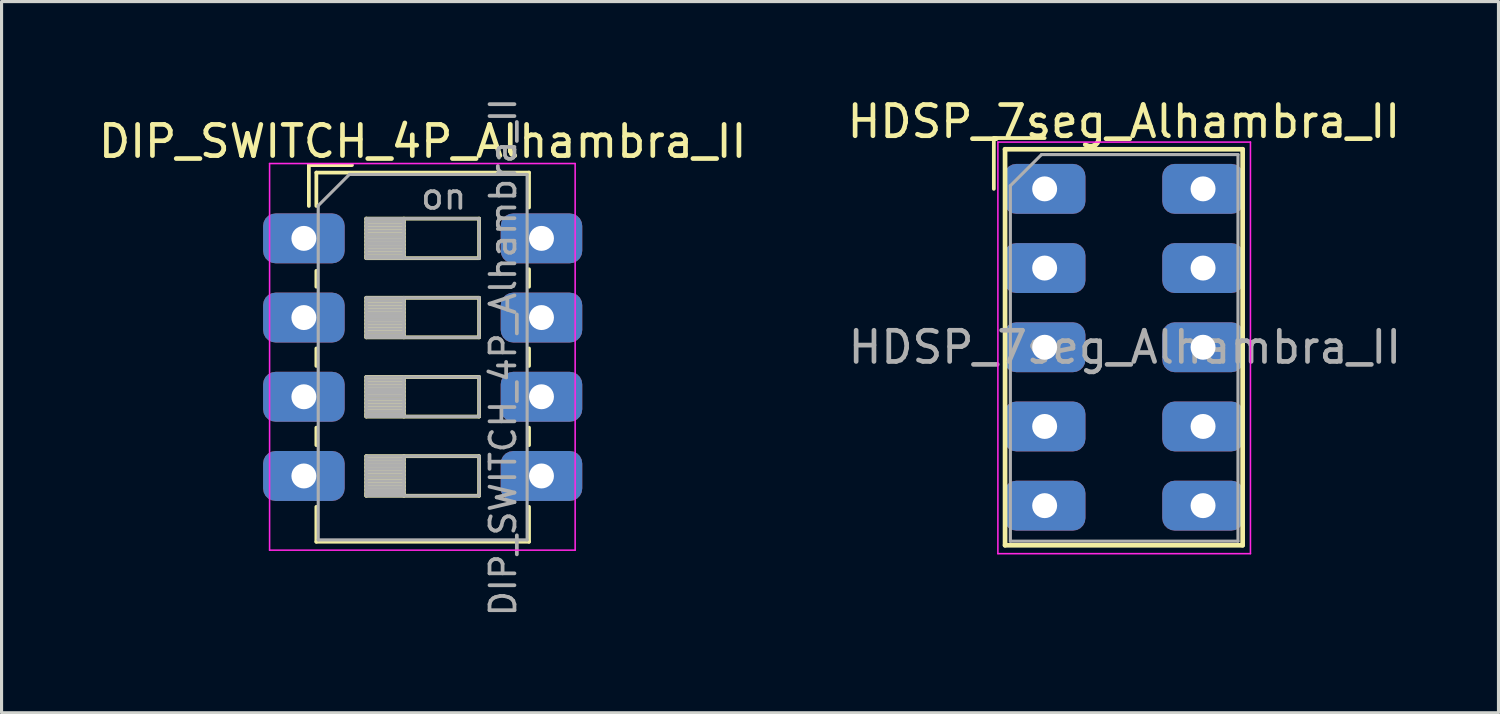
<source format=kicad_pcb>
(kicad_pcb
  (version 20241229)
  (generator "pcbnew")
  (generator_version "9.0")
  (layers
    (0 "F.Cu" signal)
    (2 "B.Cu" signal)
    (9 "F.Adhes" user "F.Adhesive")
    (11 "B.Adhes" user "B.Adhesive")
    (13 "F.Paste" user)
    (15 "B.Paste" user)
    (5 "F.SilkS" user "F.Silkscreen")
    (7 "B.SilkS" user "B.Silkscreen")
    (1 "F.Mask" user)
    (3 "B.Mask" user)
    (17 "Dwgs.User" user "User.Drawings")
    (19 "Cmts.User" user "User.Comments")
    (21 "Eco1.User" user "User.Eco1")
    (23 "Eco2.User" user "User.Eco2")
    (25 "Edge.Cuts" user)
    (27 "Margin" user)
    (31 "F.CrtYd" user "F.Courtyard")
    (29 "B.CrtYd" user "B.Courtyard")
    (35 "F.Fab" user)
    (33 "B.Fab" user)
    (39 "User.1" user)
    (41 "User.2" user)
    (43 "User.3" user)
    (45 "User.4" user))
  (footprint "DIP_SWITCH_4P_Alhambra_II"
    (layer "F.Cu")
    (at 6.696 4.595)
    (property "Reference" "DIP_SWITCH_4P_Alhambra_II" (at 3.81 -3.11 0) (layer "F.SilkS") (effects (font (size 1 1) (thickness 0.15))))
    (attr through_hole)
    (fp_line (start 0.16 -2.35) (end 0.16 -1.04) (stroke (width 0.12) (type solid)) (layer "F.SilkS"))
    (fp_line (start 0.16 -2.35) (end 1.543 -2.35) (stroke (width 0.12) (type solid)) (layer "F.SilkS"))
    (fp_line (start 0.4 -2.11) (end 0.4 -1.04) (stroke (width 0.12) (type solid)) (layer "F.SilkS"))
    (fp_line (start 0.4 -2.11) (end 7.221 -2.11) (stroke (width 0.12) (type solid)) (layer "F.SilkS"))
    (fp_line (start 0.4 1.04) (end 0.4 1.551) (stroke (width 0.12) (type solid)) (layer "F.SilkS"))
    (fp_line (start 0.4 3.53) (end 0.4 4.091) (stroke (width 0.12) (type solid)) (layer "F.SilkS"))
    (fp_line (start 0.4 6.07) (end 0.4 6.631) (stroke (width 0.12) (type solid)) (layer "F.SilkS"))
    (fp_line (start 0.4 8.61) (end 0.4 9.73) (stroke (width 0.12) (type solid)) (layer "F.SilkS"))
    (fp_line (start 0.4 9.73) (end 7.221 9.73) (stroke (width 0.12) (type solid)) (layer "F.SilkS"))
    (fp_line (start 2 -0.635) (end 2 0.635) (stroke (width 0.12) (type solid)) (layer "F.SilkS"))
    (fp_line (start 2 -0.515) (end 3.207 -0.515) (stroke (width 0.12) (type solid)) (layer "F.SilkS"))
    (fp_line (start 2 -0.395) (end 3.207 -0.395) (stroke (width 0.12) (type solid)) (layer "F.SilkS"))
    (fp_line (start 2 -0.275) (end 3.207 -0.275) (stroke (width 0.12) (type solid)) (layer "F.SilkS"))
    (fp_line (start 2 -0.155) (end 3.207 -0.155) (stroke (width 0.12) (type solid)) (layer "F.SilkS"))
    (fp_line (start 2 -0.035) (end 3.207 -0.035) (stroke (width 0.12) (type solid)) (layer "F.SilkS"))
    (fp_line (start 2 0.085) (end 3.207 0.085) (stroke (width 0.12) (type solid)) (layer "F.SilkS"))
    (fp_line (start 2 0.205) (end 3.207 0.205) (stroke (width 0.12) (type solid)) (layer "F.SilkS"))
    (fp_line (start 2 0.325) (end 3.207 0.325) (stroke (width 0.12) (type solid)) (layer "F.SilkS"))
    (fp_line (start 2 0.445) (end 3.207 0.445) (stroke (width 0.12) (type solid)) (layer "F.SilkS"))
    (fp_line (start 2 0.565) (end 3.207 0.565) (stroke (width 0.12) (type solid)) (layer "F.SilkS"))
    (fp_line (start 2 0.635) (end 5.62 0.635) (stroke (width 0.12) (type solid)) (layer "F.SilkS"))
    (fp_line (start 2 1.905) (end 2 3.175) (stroke (width 0.12) (type solid)) (layer "F.SilkS"))
    (fp_line (start 2 2.025) (end 3.207 2.025) (stroke (width 0.12) (type solid)) (layer "F.SilkS"))
    (fp_line (start 2 2.145) (end 3.207 2.145) (stroke (width 0.12) (type solid)) (layer "F.SilkS"))
    (fp_line (start 2 2.265) (end 3.207 2.265) (stroke (width 0.12) (type solid)) (layer "F.SilkS"))
    (fp_line (start 2 2.385) (end 3.207 2.385) (stroke (width 0.12) (type solid)) (layer "F.SilkS"))
    (fp_line (start 2 2.505) (end 3.207 2.505) (stroke (width 0.12) (type solid)) (layer "F.SilkS"))
    (fp_line (start 2 2.625) (end 3.207 2.625) (stroke (width 0.12) (type solid)) (layer "F.SilkS"))
    (fp_line (start 2 2.745) (end 3.207 2.745) (stroke (width 0.12) (type solid)) (layer "F.SilkS"))
    (fp_line (start 2 2.865) (end 3.207 2.865) (stroke (width 0.12) (type solid)) (layer "F.SilkS"))
    (fp_line (start 2 2.985) (end 3.207 2.985) (stroke (width 0.12) (type solid)) (layer "F.SilkS"))
    (fp_line (start 2 3.105) (end 3.207 3.105) (stroke (width 0.12) (type solid)) (layer "F.SilkS"))
    (fp_line (start 2 3.175) (end 5.62 3.175) (stroke (width 0.12) (type solid)) (layer "F.SilkS"))
    (fp_line (start 2 4.445) (end 2 5.715) (stroke (width 0.12) (type solid)) (layer "F.SilkS"))
    (fp_line (start 2 4.565) (end 3.207 4.565) (stroke (width 0.12) (type solid)) (layer "F.SilkS"))
    (fp_line (start 2 4.685) (end 3.207 4.685) (stroke (width 0.12) (type solid)) (layer "F.SilkS"))
    (fp_line (start 2 4.805) (end 3.207 4.805) (stroke (width 0.12) (type solid)) (layer "F.SilkS"))
    (fp_line (start 2 4.925) (end 3.207 4.925) (stroke (width 0.12) (type solid)) (layer "F.SilkS"))
    (fp_line (start 2 5.045) (end 3.207 5.045) (stroke (width 0.12) (type solid)) (layer "F.SilkS"))
    (fp_line (start 2 5.165) (end 3.207 5.165) (stroke (width 0.12) (type solid)) (layer "F.SilkS"))
    (fp_line (start 2 5.285) (end 3.207 5.285) (stroke (width 0.12) (type solid)) (layer "F.SilkS"))
    (fp_line (start 2 5.405) (end 3.207 5.405) (stroke (width 0.12) (type solid)) (layer "F.SilkS"))
    (fp_line (start 2 5.525) (end 3.207 5.525) (stroke (width 0.12) (type solid)) (layer "F.SilkS"))
    (fp_line (start 2 5.645) (end 3.207 5.645) (stroke (width 0.12) (type solid)) (layer "F.SilkS"))
    (fp_line (start 2 5.715) (end 5.62 5.715) (stroke (width 0.12) (type solid)) (layer "F.SilkS"))
    (fp_line (start 2 6.985) (end 2 8.255) (stroke (width 0.12) (type solid)) (layer "F.SilkS"))
    (fp_line (start 2 7.105) (end 3.207 7.105) (stroke (width 0.12) (type solid)) (layer "F.SilkS"))
    (fp_line (start 2 7.225) (end 3.207 7.225) (stroke (width 0.12) (type solid)) (layer "F.SilkS"))
    (fp_line (start 2 7.345) (end 3.207 7.345) (stroke (width 0.12) (type solid)) (layer "F.SilkS"))
    (fp_line (start 2 7.465) (end 3.207 7.465) (stroke (width 0.12) (type solid)) (layer "F.SilkS"))
    (fp_line (start 2 7.585) (end 3.207 7.585) (stroke (width 0.12) (type solid)) (layer "F.SilkS"))
    (fp_line (start 2 7.705) (end 3.207 7.705) (stroke (width 0.12) (type solid)) (layer "F.SilkS"))
    (fp_line (start 2 7.825) (end 3.207 7.825) (stroke (width 0.12) (type solid)) (layer "F.SilkS"))
    (fp_line (start 2 7.945) (end 3.207 7.945) (stroke (width 0.12) (type solid)) (layer "F.SilkS"))
    (fp_line (start 2 8.065) (end 3.207 8.065) (stroke (width 0.12) (type solid)) (layer "F.SilkS"))
    (fp_line (start 2 8.185) (end 3.207 8.185) (stroke (width 0.12) (type solid)) (layer "F.SilkS"))
    (fp_line (start 2 8.255) (end 5.62 8.255) (stroke (width 0.12) (type solid)) (layer "F.SilkS"))
    (fp_line (start 3.207 -0.635) (end 3.207 0.635) (stroke (width 0.12) (type solid)) (layer "F.SilkS"))
    (fp_line (start 3.207 1.905) (end 3.207 3.175) (stroke (width 0.12) (type solid)) (layer "F.SilkS"))
    (fp_line (start 3.207 4.445) (end 3.207 5.715) (stroke (width 0.12) (type solid)) (layer "F.SilkS"))
    (fp_line (start 3.207 6.985) (end 3.207 8.255) (stroke (width 0.12) (type solid)) (layer "F.SilkS"))
    (fp_line (start 5.62 -0.635) (end 2 -0.635) (stroke (width 0.12) (type solid)) (layer "F.SilkS"))
    (fp_line (start 5.62 0.635) (end 5.62 -0.635) (stroke (width 0.12) (type solid)) (layer "F.SilkS"))
    (fp_line (start 5.62 1.905) (end 2 1.905) (stroke (width 0.12) (type solid)) (layer "F.SilkS"))
    (fp_line (start 5.62 3.175) (end 5.62 1.905) (stroke (width 0.12) (type solid)) (layer "F.SilkS"))
    (fp_line (start 5.62 4.445) (end 2 4.445) (stroke (width 0.12) (type solid)) (layer "F.SilkS"))
    (fp_line (start 5.62 5.715) (end 5.62 4.445) (stroke (width 0.12) (type solid)) (layer "F.SilkS"))
    (fp_line (start 5.62 6.985) (end 2 6.985) (stroke (width 0.12) (type solid)) (layer "F.SilkS"))
    (fp_line (start 5.62 8.255) (end 5.62 6.985) (stroke (width 0.12) (type solid)) (layer "F.SilkS"))
    (fp_line (start 7.221 -2.11) (end 7.221 -0.99) (stroke (width 0.12) (type solid)) (layer "F.SilkS"))
    (fp_line (start 7.221 0.99) (end 7.221 1.551) (stroke (width 0.12) (type solid)) (layer "F.SilkS"))
    (fp_line (start 7.221 3.53) (end 7.221 4.091) (stroke (width 0.12) (type solid)) (layer "F.SilkS"))
    (fp_line (start 7.221 6.07) (end 7.221 6.631) (stroke (width 0.12) (type solid)) (layer "F.SilkS"))
    (fp_line (start 7.221 8.61) (end 7.221 9.73) (stroke (width 0.12) (type solid)) (layer "F.SilkS"))
    (fp_line (start -1.1 -2.4) (end -1.1 10) (stroke (width 0.05) (type solid)) (layer "F.CrtYd"))
    (fp_line (start -1.1 10) (end 8.7 10) (stroke (width 0.05) (type solid)) (layer "F.CrtYd"))
    (fp_line (start 8.7 -2.4) (end -1.1 -2.4) (stroke (width 0.05) (type solid)) (layer "F.CrtYd"))
    (fp_line (start 8.7 10) (end 8.7 -2.4) (stroke (width 0.05) (type solid)) (layer "F.CrtYd"))
    (fp_line (start 0.46 -1.05) (end 1.46 -2.05) (stroke (width 0.1) (type solid)) (layer "F.Fab"))
    (fp_line (start 0.46 9.67) (end 0.46 -1.05) (stroke (width 0.1) (type solid)) (layer "F.Fab"))
    (fp_line (start 1.46 -2.05) (end 7.16 -2.05) (stroke (width 0.1) (type solid)) (layer "F.Fab"))
    (fp_line (start 2 -0.635) (end 2 0.635) (stroke (width 0.1) (type solid)) (layer "F.Fab"))
    (fp_line (start 2 -0.535) (end 3.207 -0.535) (stroke (width 0.1) (type solid)) (layer "F.Fab"))
    (fp_line (start 2 -0.435) (end 3.207 -0.435) (stroke (width 0.1) (type solid)) (layer "F.Fab"))
    (fp_line (start 2 -0.335) (end 3.207 -0.335) (stroke (width 0.1) (type solid)) (layer "F.Fab"))
    (fp_line (start 2 -0.235) (end 3.207 -0.235) (stroke (width 0.1) (type solid)) (layer "F.Fab"))
    (fp_line (start 2 -0.135) (end 3.207 -0.135) (stroke (width 0.1) (type solid)) (layer "F.Fab"))
    (fp_line (start 2 -0.035) (end 3.207 -0.035) (stroke (width 0.1) (type solid)) (layer "F.Fab"))
    (fp_line (start 2 0.065) (end 3.207 0.065) (stroke (width 0.1) (type solid)) (layer "F.Fab"))
    (fp_line (start 2 0.165) (end 3.207 0.165) (stroke (width 0.1) (type solid)) (layer "F.Fab"))
    (fp_line (start 2 0.265) (end 3.207 0.265) (stroke (width 0.1) (type solid)) (layer "F.Fab"))
    (fp_line (start 2 0.365) (end 3.207 0.365) (stroke (width 0.1) (type solid)) (layer "F.Fab"))
    (fp_line (start 2 0.465) (end 3.207 0.465) (stroke (width 0.1) (type solid)) (layer "F.Fab"))
    (fp_line (start 2 0.565) (end 3.207 0.565) (stroke (width 0.1) (type solid)) (layer "F.Fab"))
    (fp_line (start 2 0.635) (end 5.62 0.635) (stroke (width 0.1) (type solid)) (layer "F.Fab"))
    (fp_line (start 2 1.905) (end 2 3.175) (stroke (width 0.1) (type solid)) (layer "F.Fab"))
    (fp_line (start 2 2.005) (end 3.207 2.005) (stroke (width 0.1) (type solid)) (layer "F.Fab"))
    (fp_line (start 2 2.105) (end 3.207 2.105) (stroke (width 0.1) (type solid)) (layer "F.Fab"))
    (fp_line (start 2 2.205) (end 3.207 2.205) (stroke (width 0.1) (type solid)) (layer "F.Fab"))
    (fp_line (start 2 2.305) (end 3.207 2.305) (stroke (width 0.1) (type solid)) (layer "F.Fab"))
    (fp_line (start 2 2.405) (end 3.207 2.405) (stroke (width 0.1) (type solid)) (layer "F.Fab"))
    (fp_line (start 2 2.505) (end 3.207 2.505) (stroke (width 0.1) (type solid)) (layer "F.Fab"))
    (fp_line (start 2 2.605) (end 3.207 2.605) (stroke (width 0.1) (type solid)) (layer "F.Fab"))
    (fp_line (start 2 2.705) (end 3.207 2.705) (stroke (width 0.1) (type solid)) (layer "F.Fab"))
    (fp_line (start 2 2.805) (end 3.207 2.805) (stroke (width 0.1) (type solid)) (layer "F.Fab"))
    (fp_line (start 2 2.905) (end 3.207 2.905) (stroke (width 0.1) (type solid)) (layer "F.Fab"))
    (fp_line (start 2 3.005) (end 3.207 3.005) (stroke (width 0.1) (type solid)) (layer "F.Fab"))
    (fp_line (start 2 3.105) (end 3.207 3.105) (stroke (width 0.1) (type solid)) (layer "F.Fab"))
    (fp_line (start 2 3.175) (end 5.62 3.175) (stroke (width 0.1) (type solid)) (layer "F.Fab"))
    (fp_line (start 2 4.445) (end 2 5.715) (stroke (width 0.1) (type solid)) (layer "F.Fab"))
    (fp_line (start 2 4.545) (end 3.207 4.545) (stroke (width 0.1) (type solid)) (layer "F.Fab"))
    (fp_line (start 2 4.645) (end 3.207 4.645) (stroke (width 0.1) (type solid)) (layer "F.Fab"))
    (fp_line (start 2 4.745) (end 3.207 4.745) (stroke (width 0.1) (type solid)) (layer "F.Fab"))
    (fp_line (start 2 4.845) (end 3.207 4.845) (stroke (width 0.1) (type solid)) (layer "F.Fab"))
    (fp_line (start 2 4.945) (end 3.207 4.945) (stroke (width 0.1) (type solid)) (layer "F.Fab"))
    (fp_line (start 2 5.045) (end 3.207 5.045) (stroke (width 0.1) (type solid)) (layer "F.Fab"))
    (fp_line (start 2 5.145) (end 3.207 5.145) (stroke (width 0.1) (type solid)) (layer "F.Fab"))
    (fp_line (start 2 5.245) (end 3.207 5.245) (stroke (width 0.1) (type solid)) (layer "F.Fab"))
    (fp_line (start 2 5.345) (end 3.207 5.345) (stroke (width 0.1) (type solid)) (layer "F.Fab"))
    (fp_line (start 2 5.445) (end 3.207 5.445) (stroke (width 0.1) (type solid)) (layer "F.Fab"))
    (fp_line (start 2 5.545) (end 3.207 5.545) (stroke (width 0.1) (type solid)) (layer "F.Fab"))
    (fp_line (start 2 5.645) (end 3.207 5.645) (stroke (width 0.1) (type solid)) (layer "F.Fab"))
    (fp_line (start 2 5.715) (end 5.62 5.715) (stroke (width 0.1) (type solid)) (layer "F.Fab"))
    (fp_line (start 2 6.985) (end 2 8.255) (stroke (width 0.1) (type solid)) (layer "F.Fab"))
    (fp_line (start 2 7.085) (end 3.207 7.085) (stroke (width 0.1) (type solid)) (layer "F.Fab"))
    (fp_line (start 2 7.185) (end 3.207 7.185) (stroke (width 0.1) (type solid)) (layer "F.Fab"))
    (fp_line (start 2 7.285) (end 3.207 7.285) (stroke (width 0.1) (type solid)) (layer "F.Fab"))
    (fp_line (start 2 7.385) (end 3.207 7.385) (stroke (width 0.1) (type solid)) (layer "F.Fab"))
    (fp_line (start 2 7.485) (end 3.207 7.485) (stroke (width 0.1) (type solid)) (layer "F.Fab"))
    (fp_line (start 2 7.585) (end 3.207 7.585) (stroke (width 0.1) (type solid)) (layer "F.Fab"))
    (fp_line (start 2 7.685) (end 3.207 7.685) (stroke (width 0.1) (type solid)) (layer "F.Fab"))
    (fp_line (start 2 7.785) (end 3.207 7.785) (stroke (width 0.1) (type solid)) (layer "F.Fab"))
    (fp_line (start 2 7.885) (end 3.207 7.885) (stroke (width 0.1) (type solid)) (layer "F.Fab"))
    (fp_line (start 2 7.985) (end 3.207 7.985) (stroke (width 0.1) (type solid)) (layer "F.Fab"))
    (fp_line (start 2 8.085) (end 3.207 8.085) (stroke (width 0.1) (type solid)) (layer "F.Fab"))
    (fp_line (start 2 8.185) (end 3.207 8.185) (stroke (width 0.1) (type solid)) (layer "F.Fab"))
    (fp_line (start 2 8.255) (end 5.62 8.255) (stroke (width 0.1) (type solid)) (layer "F.Fab"))
    (fp_line (start 3.207 -0.635) (end 3.207 0.635) (stroke (width 0.1) (type solid)) (layer "F.Fab"))
    (fp_line (start 3.207 1.905) (end 3.207 3.175) (stroke (width 0.1) (type solid)) (layer "F.Fab"))
    (fp_line (start 3.207 4.445) (end 3.207 5.715) (stroke (width 0.1) (type solid)) (layer "F.Fab"))
    (fp_line (start 3.207 6.985) (end 3.207 8.255) (stroke (width 0.1) (type solid)) (layer "F.Fab"))
    (fp_line (start 5.62 -0.635) (end 2 -0.635) (stroke (width 0.1) (type solid)) (layer "F.Fab"))
    (fp_line (start 5.62 0.635) (end 5.62 -0.635) (stroke (width 0.1) (type solid)) (layer "F.Fab"))
    (fp_line (start 5.62 1.905) (end 2 1.905) (stroke (width 0.1) (type solid)) (layer "F.Fab"))
    (fp_line (start 5.62 3.175) (end 5.62 1.905) (stroke (width 0.1) (type solid)) (layer "F.Fab"))
    (fp_line (start 5.62 4.445) (end 2 4.445) (stroke (width 0.1) (type solid)) (layer "F.Fab"))
    (fp_line (start 5.62 5.715) (end 5.62 4.445) (stroke (width 0.1) (type solid)) (layer "F.Fab"))
    (fp_line (start 5.62 6.985) (end 2 6.985) (stroke (width 0.1) (type solid)) (layer "F.Fab"))
    (fp_line (start 5.62 8.255) (end 5.62 6.985) (stroke (width 0.1) (type solid)) (layer "F.Fab"))
    (fp_line (start 7.16 -2.05) (end 7.16 9.67) (stroke (width 0.1) (type solid)) (layer "F.Fab"))
    (fp_line (start 7.16 9.67) (end 0.46 9.67) (stroke (width 0.1) (type solid)) (layer "F.Fab"))
    (fp_text user "on" (at 4.485 -1.343 0) (layer "F.Fab") (effects (font (size 0.8 0.8) (thickness 0.12))))
    (fp_text user "${REFERENCE}" (at 6.39 3.81 90) (layer "F.Fab") (effects (font (size 0.8 0.8) (thickness 0.12))))
    (pad "1" thru_hole roundrect (at 0 0 180) (size 2.616 1.6) (drill 0.8) (layers "*.Cu" "*.Mask") (roundrect_rratio 0.25))
    (pad "2" thru_hole roundrect (at 0 2.54) (size 2.616 1.6) (drill 0.8) (layers "*.Cu" "*.Mask") (roundrect_rratio 0.25))
    (pad "3" thru_hole roundrect (at 0 5.08 180) (size 2.616 1.6) (drill 0.8) (layers "*.Cu" "*.Mask") (roundrect_rratio 0.25))
    (pad "4" thru_hole roundrect (at 0 7.62 180) (size 2.616 1.6) (drill 0.8) (layers "*.Cu" "*.Mask") (roundrect_rratio 0.25))
    (pad "5" thru_hole roundrect (at 7.62 7.62 180) (size 2.616 1.6) (drill 0.8) (layers "*.Cu" "*.Mask") (roundrect_rratio 0.25))
    (pad "6" thru_hole roundrect (at 7.62 5.08 180) (size 2.616 1.6) (drill 0.8) (layers "*.Cu" "*.Mask") (roundrect_rratio 0.25))
    (pad "7" thru_hole roundrect (at 7.62 2.54 180) (size 2.616 1.6) (drill 0.8) (layers "*.Cu" "*.Mask") (roundrect_rratio 0.25))
    (pad "8" thru_hole roundrect (at 7.62 0 180) (size 2.616 1.6) (drill 0.8) (layers "*.Cu" "*.Mask") (roundrect_rratio 0.25)))
  (footprint "HDSP_7seg_Alhambra_II"
    (layer "F.Cu")
    (at 30.454 3.007)
    (property "Reference" "HDSP_7seg_Alhambra_II" (at 2.54 -2.159 0) (layer "F.SilkS") (effects (font (size 1 1) (thickness 0.15))))
    (attr through_hole)
    (fp_line (start -1.63 -1.63) (end 0 -1.63) (stroke (width 0.12) (type solid)) (layer "F.SilkS"))
    (fp_line (start -1.63 0) (end -1.63 -1.63) (stroke (width 0.12) (type solid)) (layer "F.SilkS"))
    (fp_line (start -1.27 -1.27) (end -1.27 11.43) (stroke (width 0.15) (type solid)) (layer "F.SilkS"))
    (fp_line (start -1.27 11.43) (end 6.35 11.43) (stroke (width 0.15) (type solid)) (layer "F.SilkS"))
    (fp_line (start 6.35 -1.27) (end -1.27 -1.27) (stroke (width 0.15) (type solid)) (layer "F.SilkS"))
    (fp_line (start 6.35 11.43) (end 6.35 -1.27) (stroke (width 0.15) (type solid)) (layer "F.SilkS"))
    (fp_line (start -1.5 -1.5) (end 6.6 -1.5) (stroke (width 0.05) (type solid)) (layer "F.CrtYd"))
    (fp_line (start -1.5 11.7) (end -1.5 -1.5) (stroke (width 0.05) (type solid)) (layer "F.CrtYd"))
    (fp_line (start 6.6 -1.5) (end 6.6 11.7) (stroke (width 0.05) (type solid)) (layer "F.CrtYd"))
    (fp_line (start 6.6 11.7) (end -1.5 11.7) (stroke (width 0.05) (type solid)) (layer "F.CrtYd"))
    (fp_line (start -1.1 -0.1) (end -0.1 -1.1) (stroke (width 0.1) (type solid)) (layer "F.Fab"))
    (fp_line (start -1.1 11.3) (end -1.1 -0.1) (stroke (width 0.1) (type solid)) (layer "F.Fab"))
    (fp_line (start -0.1 -1.1) (end 6.2 -1.1) (stroke (width 0.1) (type solid)) (layer "F.Fab"))
    (fp_line (start 6.2 -1.1) (end 6.2 11.3) (stroke (width 0.1) (type solid)) (layer "F.Fab"))
    (fp_line (start 6.2 11.3) (end -1.1 11.3) (stroke (width 0.1) (type solid)) (layer "F.Fab"))
    (fp_text user "${REFERENCE}" (at 2.573 5.08 0) (layer "F.Fab") (effects (font (size 1 1) (thickness 0.15))))
    (pad "1" thru_hole roundrect (at 0 0 180) (size 2.616 1.6) (drill 0.8) (layers "*.Cu" "*.Mask") (roundrect_rratio 0.25))
    (pad "2" thru_hole roundrect (at 0 2.54 180) (size 2.616 1.6) (drill 0.8) (layers "*.Cu" "*.Mask") (roundrect_rratio 0.25))
    (pad "3" thru_hole roundrect (at 0 5.08 180) (size 2.616 1.6) (drill 0.8) (layers "*.Cu" "*.Mask") (roundrect_rratio 0.25))
    (pad "4" thru_hole roundrect (at 0 7.62 180) (size 2.616 1.6) (drill 0.8) (layers "*.Cu" "*.Mask") (roundrect_rratio 0.25))
    (pad "5" thru_hole roundrect (at 0 10.16 180) (size 2.616 1.6) (drill 0.8) (layers "*.Cu" "*.Mask") (roundrect_rratio 0.25))
    (pad "6" thru_hole roundrect (at 5.08 10.16 180) (size 2.616 1.6) (drill 0.8) (layers "*.Cu" "*.Mask") (roundrect_rratio 0.25))
    (pad "7" thru_hole roundrect (at 5.08 7.62 180) (size 2.616 1.6) (drill 0.8) (layers "*.Cu" "*.Mask") (roundrect_rratio 0.25))
    (pad "8" thru_hole roundrect (at 5.08 5.08 180) (size 2.616 1.6) (drill 0.8) (layers "*.Cu" "*.Mask") (roundrect_rratio 0.25))
    (pad "9" thru_hole roundrect (at 5.08 2.54 180) (size 2.616 1.6) (drill 0.8) (layers "*.Cu" "*.Mask") (roundrect_rratio 0.25))
    (pad "10" thru_hole roundrect (at 5.08 0 180) (size 2.616 1.6) (drill 0.8) (layers "*.Cu" "*.Mask") (roundrect_rratio 0.25)))
  (gr_rect
    (start -3 -3)
    (end 45.009 19.81)
    (stroke (width 0.1) (type default))
    (fill no)
    (layer "Edge.Cuts")))
</source>
